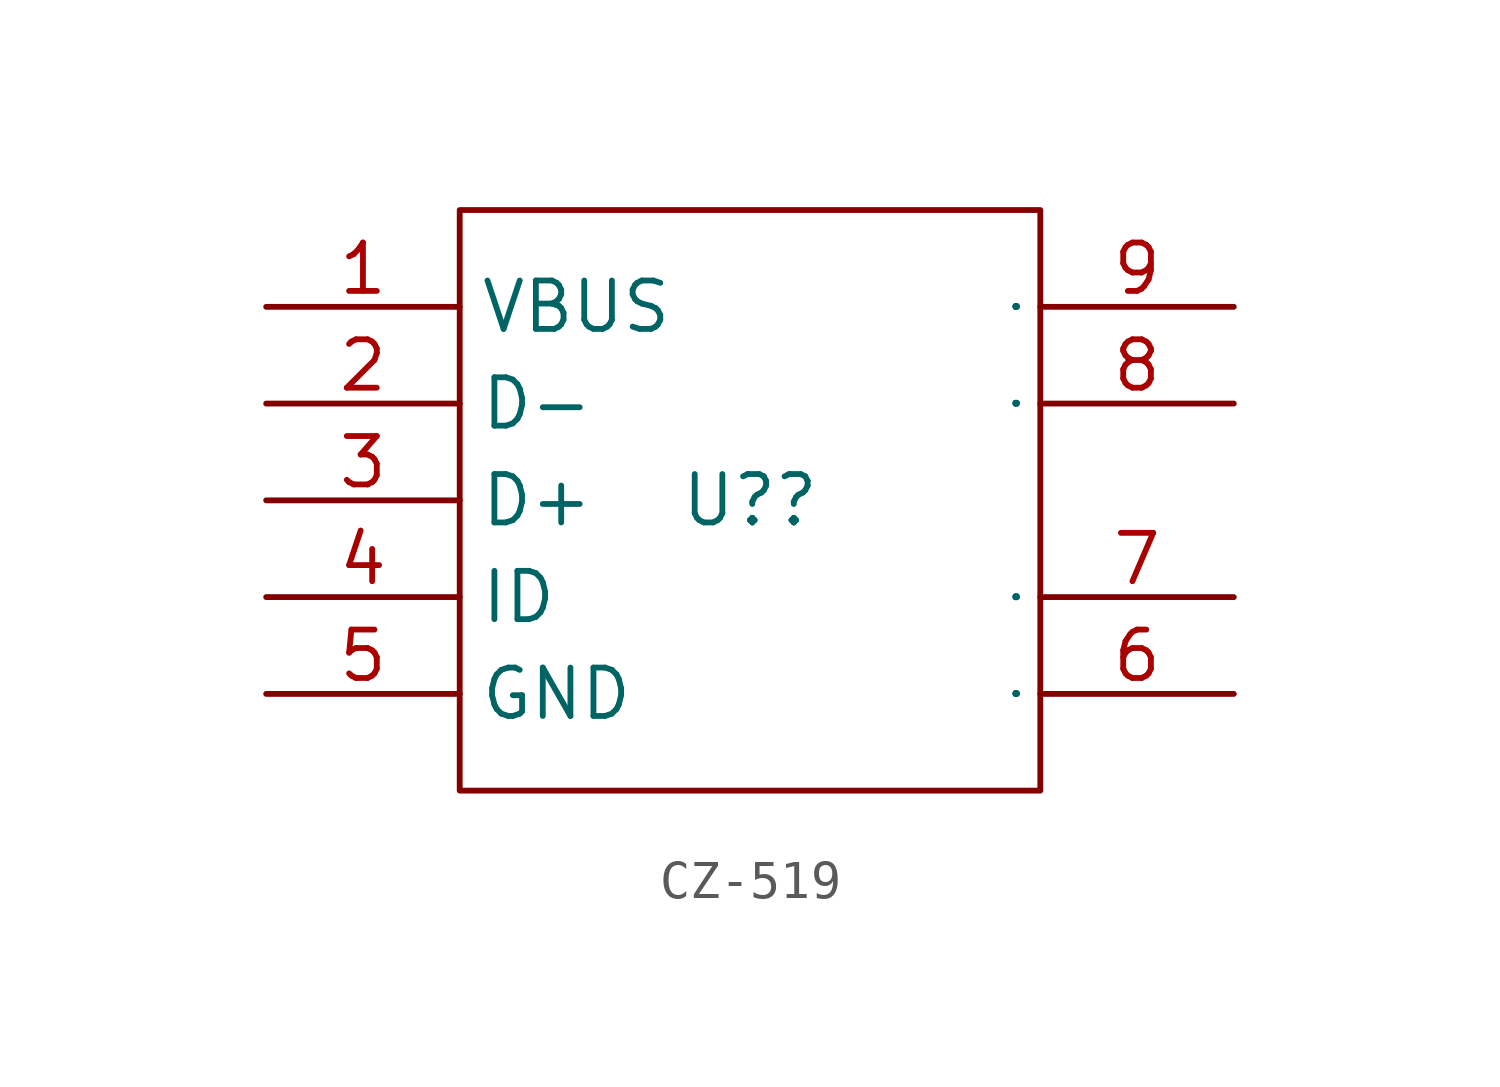
<source format=kicad_sym>
(kicad_symbol_lib
  (version 20231120)
  (generator "kicad_symbol_editor")
  (generator_version "8.0")
  (symbol "CZ-519"
    (property "Reference" "U?"
      (at 0 0 0)
      (effects (font (size 1.27 1.27))))
    (property "Value" ""
      (at 0 0 0)
      (effects (font (size 1.27 1.27))))
    (symbol "CZ-519_1_0"
      (rectangle (start -7.62 -7.62) (end 7.62 7.62) (stroke (width 0) (type default)) (fill (type none)))
      (pin input line (at -12.7 5.08 0) (length 5.08) (name "VBUS" (effects (font (size 1.27 1.27)))) (number "1" (effects (font (size 1.27 1.27)))))
      (pin input line (at -12.7 2.54 0) (length 5.08) (name "D-" (effects (font (size 1.27 1.27)))) (number "2" (effects (font (size 1.27 1.27)))))
      (pin input line (at -12.7 0 0) (length 5.08) (name "D+" (effects (font (size 1.27 1.27)))) (number "3" (effects (font (size 1.27 1.27)))))
      (pin input line (at -12.7 -2.54 0) (length 5.08) (name "ID" (effects (font (size 1.27 1.27)))) (number "4" (effects (font (size 1.27 1.27)))))
      (pin input line (at -12.7 -5.08 0) (length 5.08) (name "GND" (effects (font (size 1.27 1.27)))) (number "5" (effects (font (size 1.27 1.27)))))
      (pin input line (at 12.7 -5.08 180) (length 5.08) (name "EH" (effects (font (size 0.025 0.025)))) (number "6" (effects (font (size 1.27 1.27)))))
      (pin input line (at 12.7 -2.54 180) (length 5.08) (name "EH" (effects (font (size 0.025 0.025)))) (number "7" (effects (font (size 1.27 1.27)))))
      (pin input line (at 12.7 2.54 180) (length 5.08) (name "EH" (effects (font (size 0.025 0.025)))) (number "8" (effects (font (size 1.27 1.27)))))
      (pin input line (at 12.7 5.08 180) (length 5.08) (name "EH" (effects (font (size 0.025 0.025)))) (number "9" (effects (font (size 1.27 1.27))))))))
</source>
